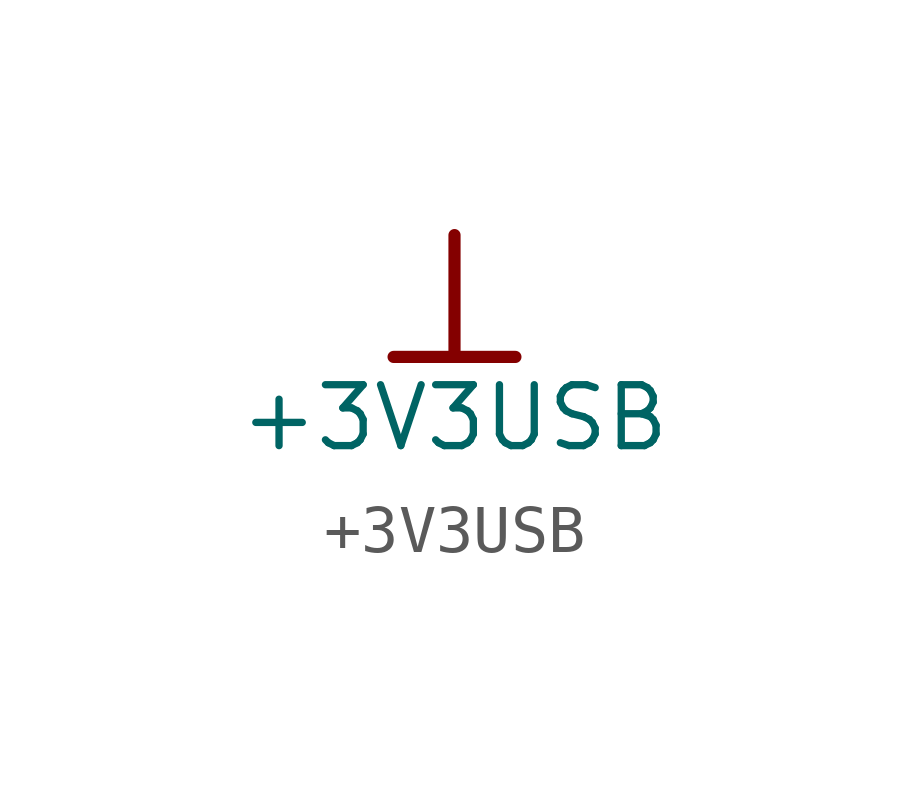
<source format=kicad_sym>
(kicad_symbol_lib
  (version 20220914)
  (generator kicad_symbol_editor)
  (symbol "+3V3USB"
    (power)
    (property "Reference" "#PWR01"
      (at 0 2.54 0)
      (effects (font (size 1.27 1.27)) hide))
    (property "Value" "+3V3USB"
      (at 0 -3.81 0)
      (effects (font (size 1.27 1.27))))
    (symbol "+3V3USB_0_0"
      (polyline (pts (xy -1.27 -2.54) (xy 1.27 -2.54)) (stroke (width 0.254) (type solid)) (fill (type none)))
      (polyline (pts (xy 0 0) (xy 0 -2.54)) (stroke (width 0.254) (type solid)) (fill (type none)))
      (pin power_in line (at 0 0 0) (length 0) hide (name "+3V3USB" (effects (font (size 1.27 1.27)))) (number "" (effects (font (size 1.27 1.27))))))))
</source>
